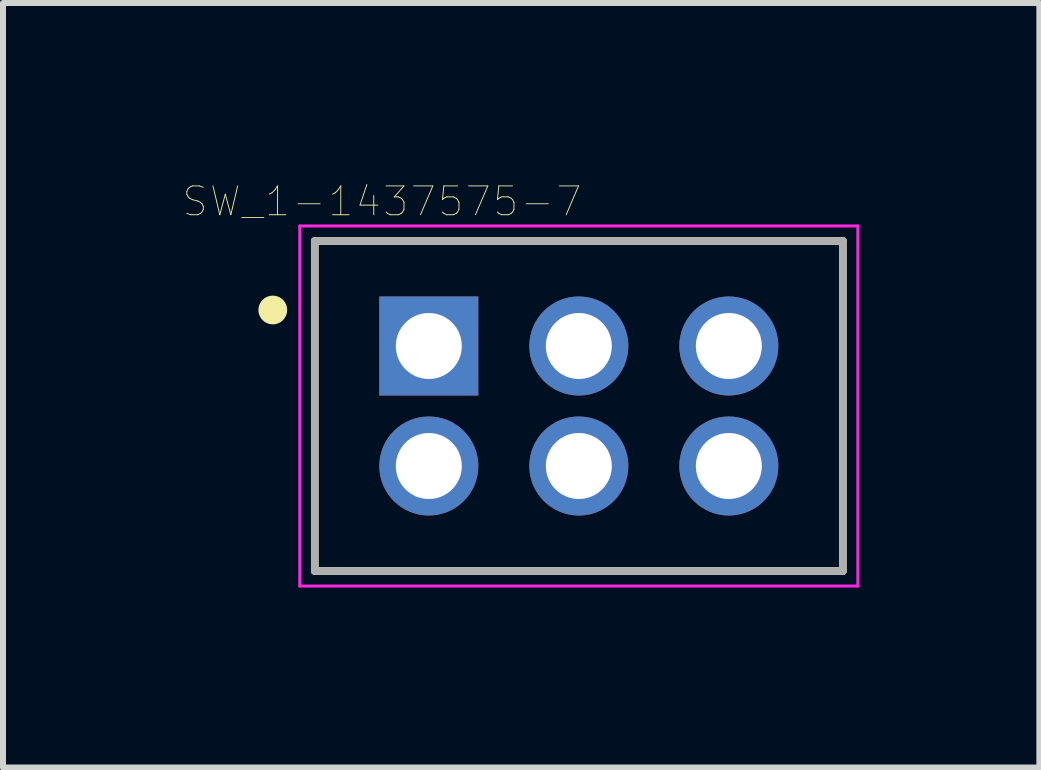
<source format=kicad_pcb>
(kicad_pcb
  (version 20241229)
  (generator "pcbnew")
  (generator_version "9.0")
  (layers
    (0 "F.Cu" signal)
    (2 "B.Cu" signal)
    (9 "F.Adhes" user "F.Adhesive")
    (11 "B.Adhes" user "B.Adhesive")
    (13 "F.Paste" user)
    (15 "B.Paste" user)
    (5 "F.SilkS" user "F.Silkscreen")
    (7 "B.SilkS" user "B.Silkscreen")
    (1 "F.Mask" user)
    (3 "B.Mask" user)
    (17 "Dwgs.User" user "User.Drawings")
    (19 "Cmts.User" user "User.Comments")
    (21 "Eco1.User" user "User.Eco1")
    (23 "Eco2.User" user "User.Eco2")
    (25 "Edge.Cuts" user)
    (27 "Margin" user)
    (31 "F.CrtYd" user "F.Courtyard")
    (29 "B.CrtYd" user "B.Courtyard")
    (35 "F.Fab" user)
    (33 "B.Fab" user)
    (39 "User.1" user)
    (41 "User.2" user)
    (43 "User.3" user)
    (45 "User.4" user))
  (footprint "SW_1-1437575-7"
    (layer "F.Cu")
    (at 6.596 3.716)
    (property "Reference" "SW_1-1437575-7" (at -3.28 -3.409 0) (layer "F.SilkS") (effects (font (size 0.481 0.481) (thickness 0.015))))
    (attr through_hole)
    (fp_line (start -4.4 -2.75) (end 4.4 -2.75) (stroke (width 0.127) (type solid)) (layer "F.SilkS"))
    (fp_line (start -4.4 2.75) (end -4.4 -2.75) (stroke (width 0.127) (type solid)) (layer "F.SilkS"))
    (fp_line (start 4.4 -2.75) (end 4.4 2.75) (stroke (width 0.127) (type solid)) (layer "F.SilkS"))
    (fp_line (start 4.4 2.75) (end -4.4 2.75) (stroke (width 0.127) (type solid)) (layer "F.SilkS"))
    (fp_circle (center -5.1 -1.6) (end -4.98 -1.6) (stroke (width 0.24) (type solid)) (fill no) (layer "F.SilkS"))
    (fp_line (start -4.65 -3) (end 4.65 -3) (stroke (width 0.05) (type solid)) (layer "F.CrtYd"))
    (fp_line (start -4.65 3) (end -4.65 -3) (stroke (width 0.05) (type solid)) (layer "F.CrtYd"))
    (fp_line (start 4.65 -3) (end 4.65 3) (stroke (width 0.05) (type solid)) (layer "F.CrtYd"))
    (fp_line (start 4.65 3) (end -4.65 3) (stroke (width 0.05) (type solid)) (layer "F.CrtYd"))
    (fp_line (start -4.4 -2.75) (end 4.4 -2.75) (stroke (width 0.127) (type solid)) (layer "F.Fab"))
    (fp_line (start -4.4 2.75) (end -4.4 -2.75) (stroke (width 0.127) (type solid)) (layer "F.Fab"))
    (fp_line (start 4.4 -2.75) (end 4.4 2.75) (stroke (width 0.127) (type solid)) (layer "F.Fab"))
    (fp_line (start 4.4 2.75) (end -4.4 2.75) (stroke (width 0.127) (type solid)) (layer "F.Fab"))
    (pad "1" thru_hole circle (at 0 -1) (size 1.65 1.65) (drill 1.1) (layers "*.Cu" "*.Mask"))
    (pad "2" thru_hole rect (at -2.5 -1) (size 1.65 1.65) (drill 1.1) (layers "*.Cu" "*.Mask"))
    (pad "3" thru_hole circle (at 2.5 -1) (size 1.65 1.65) (drill 1.1) (layers "*.Cu" "*.Mask"))
    (pad "4" thru_hole circle (at 0 1) (size 1.65 1.65) (drill 1.1) (layers "*.Cu" "*.Mask"))
    (pad "5" thru_hole circle (at -2.5 1) (size 1.65 1.65) (drill 1.1) (layers "*.Cu" "*.Mask"))
    (pad "6" thru_hole circle (at 2.5 1) (size 1.65 1.65) (drill 1.1) (layers "*.Cu" "*.Mask")))
  (gr_rect
    (start -3 -3)
    (end 14.271 9.741)
    (stroke (width 0.1) (type default))
    (fill no)
    (layer "Edge.Cuts")))
</source>
